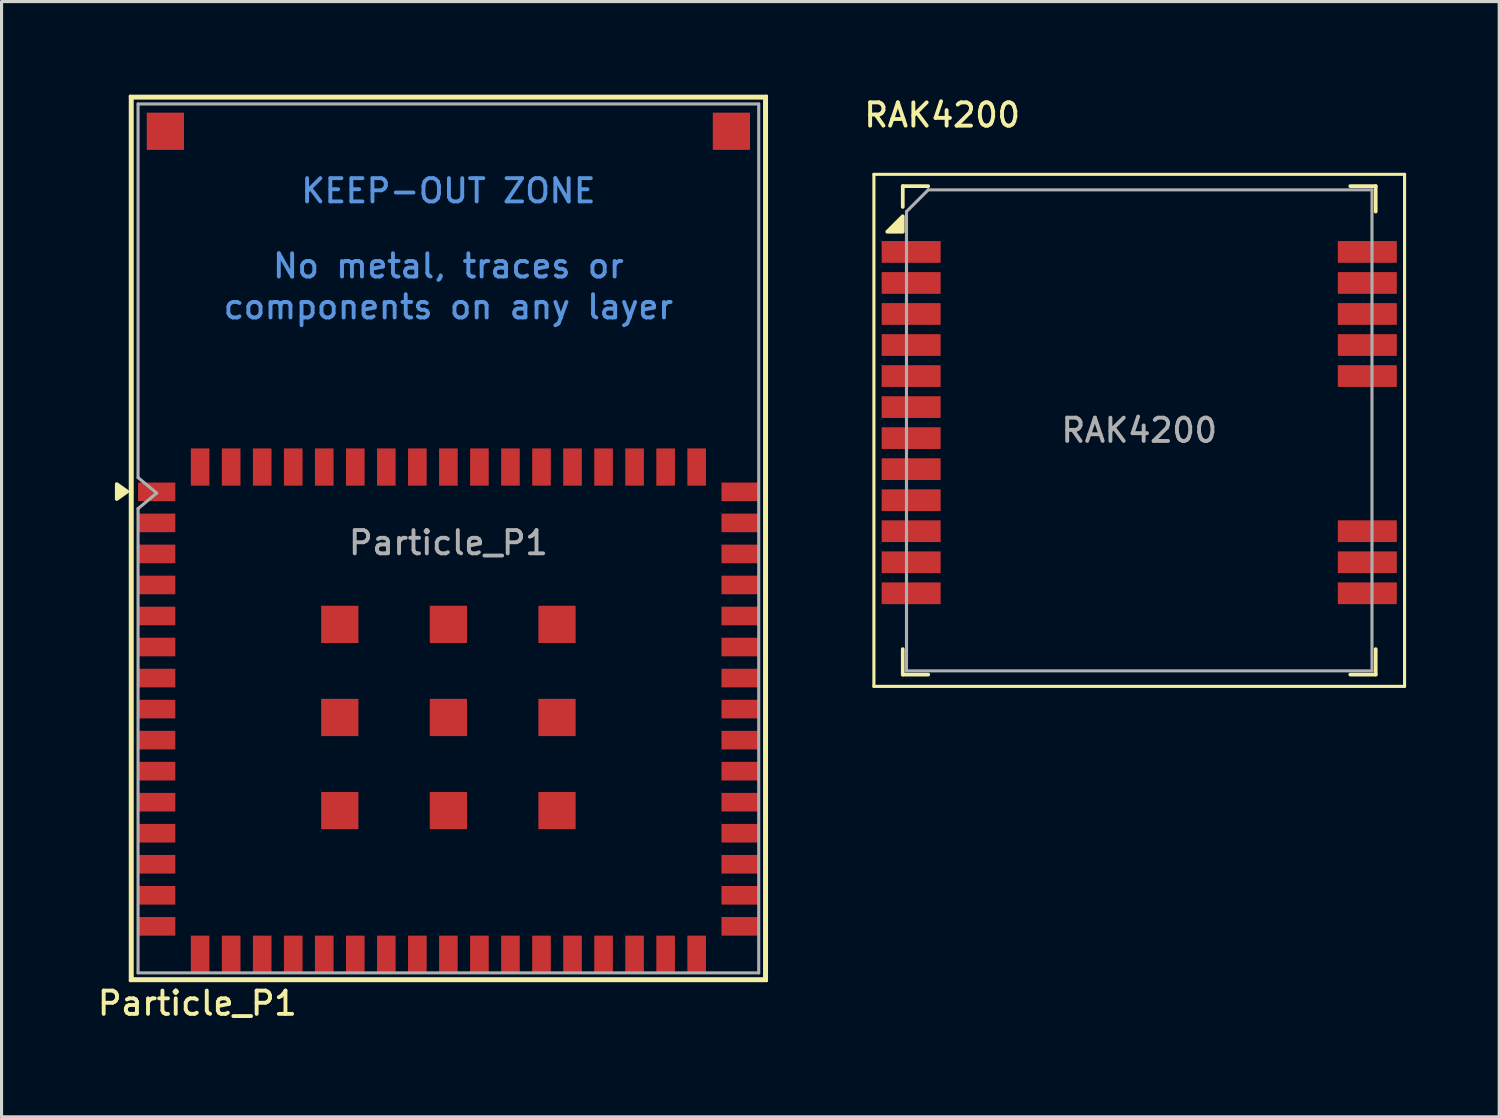
<source format=kicad_pcb>
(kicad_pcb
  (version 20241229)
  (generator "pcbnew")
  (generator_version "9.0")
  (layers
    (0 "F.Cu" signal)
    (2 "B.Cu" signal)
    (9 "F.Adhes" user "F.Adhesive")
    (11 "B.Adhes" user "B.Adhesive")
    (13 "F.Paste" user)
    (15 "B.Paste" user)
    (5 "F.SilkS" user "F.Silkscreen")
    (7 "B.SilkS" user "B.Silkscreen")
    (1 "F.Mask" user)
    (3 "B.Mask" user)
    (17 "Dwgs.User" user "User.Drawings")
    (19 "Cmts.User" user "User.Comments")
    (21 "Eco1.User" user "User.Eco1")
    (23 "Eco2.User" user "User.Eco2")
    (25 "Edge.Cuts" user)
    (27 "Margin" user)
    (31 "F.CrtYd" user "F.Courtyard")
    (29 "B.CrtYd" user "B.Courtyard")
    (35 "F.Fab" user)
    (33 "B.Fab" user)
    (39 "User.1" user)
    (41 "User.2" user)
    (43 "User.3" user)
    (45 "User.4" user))
  (footprint "RAK4200"
    (layer "F.Cu")
    (at 33.661 10.818)
    (property "Reference" "RAK4200" (at -6.35 -10.16 0) (layer "F.SilkS") (effects (font (size 0.75 0.75) (thickness 0.125))))
    (attr smd)
    (fp_line (start -8.55 -8.25) (end -8.55 8.25) (stroke (width 0.1) (type solid)) (layer "F.SilkS"))
    (fp_line (start -8.55 8.25) (end 8.55 8.25) (stroke (width 0.1) (type solid)) (layer "F.SilkS"))
    (fp_line (start -7.62 -7.87) (end -7.62 -7.2) (stroke (width 0.12) (type solid)) (layer "F.SilkS"))
    (fp_line (start -7.62 -7.87) (end -6.8 -7.87) (stroke (width 0.12) (type solid)) (layer "F.SilkS"))
    (fp_line (start -7.62 7.05) (end -7.62 7.87) (stroke (width 0.12) (type solid)) (layer "F.SilkS"))
    (fp_line (start -6.8 7.87) (end -7.62 7.87) (stroke (width 0.12) (type solid)) (layer "F.SilkS"))
    (fp_line (start 6.8 7.87) (end 7.62 7.87) (stroke (width 0.12) (type solid)) (layer "F.SilkS"))
    (fp_line (start 7.62 -7.87) (end 6.8 -7.87) (stroke (width 0.12) (type solid)) (layer "F.SilkS"))
    (fp_line (start 7.62 -7.05) (end 7.62 -7.87) (stroke (width 0.12) (type solid)) (layer "F.SilkS"))
    (fp_line (start 7.62 7.05) (end 7.62 7.87) (stroke (width 0.12) (type solid)) (layer "F.SilkS"))
    (fp_line (start 8.55 -8.25) (end -8.55 -8.25) (stroke (width 0.1) (type solid)) (layer "F.SilkS"))
    (fp_line (start 8.55 -8.25) (end 8.55 8.25) (stroke (width 0.1) (type solid)) (layer "F.SilkS"))
    (fp_poly (pts (xy -7.62 -6.4) (xy -8.12 -6.4) (xy -7.62 -6.9) (xy -7.62 -6.4)) (stroke (width 0.12) (type solid)) (fill yes) (layer "F.SilkS"))
    (fp_line (start -7.5 -7.05) (end -7.5 7.75) (stroke (width 0.1) (type solid)) (layer "F.Fab"))
    (fp_line (start -7.5 -7.05) (end -6.8 -7.75) (stroke (width 0.1) (type solid)) (layer "F.Fab"))
    (fp_line (start -7.5 7.75) (end 7.5 7.75) (stroke (width 0.1) (type solid)) (layer "F.Fab"))
    (fp_line (start -6.8 -7.75) (end 7.5 -7.75) (stroke (width 0.1) (type solid)) (layer "F.Fab"))
    (fp_line (start 7.5 -7.75) (end 7.5 7.75) (stroke (width 0.1) (type solid)) (layer "F.Fab"))
    (fp_text user "${REFERENCE}" (at 0 0 0) (layer "F.Fab") (effects (font (size 0.75 0.75) (thickness 0.125))))
    (pad "1" smd rect (at -7.35 -5.75) (size 1.9 0.7) (layers "F.Cu" "F.Mask" "F.Paste"))
    (pad "2" smd rect (at -7.35 -4.75) (size 1.9 0.7) (layers "F.Cu" "F.Mask" "F.Paste"))
    (pad "3" smd rect (at -7.35 -3.75) (size 1.9 0.7) (layers "F.Cu" "F.Mask" "F.Paste"))
    (pad "4" smd rect (at -7.35 -2.75) (size 1.9 0.7) (layers "F.Cu" "F.Mask" "F.Paste"))
    (pad "5" smd rect (at -7.35 -1.75) (size 1.9 0.7) (layers "F.Cu" "F.Mask" "F.Paste"))
    (pad "6" smd rect (at -7.35 -0.75) (size 1.9 0.7) (layers "F.Cu" "F.Mask" "F.Paste"))
    (pad "7" smd rect (at -7.35 0.25) (size 1.9 0.7) (layers "F.Cu" "F.Mask" "F.Paste"))
    (pad "8" smd rect (at -7.35 1.25) (size 1.9 0.7) (layers "F.Cu" "F.Mask" "F.Paste"))
    (pad "9" smd rect (at -7.35 2.25) (size 1.9 0.7) (layers "F.Cu" "F.Mask" "F.Paste"))
    (pad "10" smd rect (at -7.35 3.25) (size 1.9 0.7) (layers "F.Cu" "F.Mask" "F.Paste"))
    (pad "11" smd rect (at -7.35 4.25) (size 1.9 0.7) (layers "F.Cu" "F.Mask" "F.Paste"))
    (pad "12" smd rect (at -7.35 5.25) (size 1.9 0.7) (layers "F.Cu" "F.Mask" "F.Paste"))
    (pad "13" smd rect (at 7.35 5.25) (size 1.9 0.7) (layers "F.Cu" "F.Mask" "F.Paste"))
    (pad "14" smd rect (at 7.35 4.25) (size 1.9 0.7) (layers "F.Cu" "F.Mask" "F.Paste"))
    (pad "15" smd rect (at 7.35 3.25) (size 1.9 0.7) (layers "F.Cu" "F.Mask" "F.Paste"))
    (pad "16" smd rect (at 7.35 -1.75) (size 1.9 0.7) (layers "F.Cu" "F.Mask" "F.Paste"))
    (pad "17" smd rect (at 7.35 -2.75) (size 1.9 0.7) (layers "F.Cu" "F.Mask" "F.Paste"))
    (pad "18" smd rect (at 7.35 -3.75) (size 1.9 0.7) (layers "F.Cu" "F.Mask" "F.Paste"))
    (pad "19" smd rect (at 7.35 -4.75) (size 1.9 0.7) (layers "F.Cu" "F.Mask" "F.Paste"))
    (pad "20" smd rect (at 7.35 -5.75) (size 1.9 0.7) (layers "F.Cu" "F.Mask" "F.Paste")))
  (footprint "Particle_P1"
    (layer "F.Cu")
    (at 11.399 14.44)
    (property "Reference" "Particle_P1" (at -8.09 14.84 180) (layer "F.SilkS") (effects (font (size 0.75 0.75) (thickness 0.125))))
    (attr smd)
    (fp_line (start -10.25 14.11) (end -10.25 -14.39) (stroke (width 0.1) (type solid)) (layer "F.SilkS"))
    (fp_line (start -10.25 14.11) (end 10.25 14.11) (stroke (width 0.1) (type solid)) (layer "F.SilkS"))
    (fp_line (start -10.2 -14.34) (end 10.2 -14.34) (stroke (width 0.12) (type solid)) (layer "F.SilkS"))
    (fp_line (start -10.2 14.06) (end -10.2 -14.34) (stroke (width 0.12) (type solid)) (layer "F.SilkS"))
    (fp_line (start 10.2 -14.34) (end 10.2 14.06) (stroke (width 0.12) (type solid)) (layer "F.SilkS"))
    (fp_line (start 10.2 14.06) (end -10.2 14.06) (stroke (width 0.12) (type solid)) (layer "F.SilkS"))
    (fp_line (start 10.25 -14.39) (end -10.25 -14.39) (stroke (width 0.1) (type solid)) (layer "F.SilkS"))
    (fp_line (start 10.25 -14.39) (end 10.25 14.11) (stroke (width 0.1) (type solid)) (layer "F.SilkS"))
    (fp_poly (pts (xy -10.35 -1.65) (xy -10.686 -1.41) (xy -10.686 -1.89) (xy -10.35 -1.65)) (stroke (width 0.12) (type solid)) (fill yes) (layer "F.SilkS"))
    (fp_line (start -10 -2.1) (end -10 -14.14) (stroke (width 0.1) (type solid)) (layer "F.Fab"))
    (fp_line (start -10 -2.1) (end -9.4 -1.6) (stroke (width 0.1) (type solid)) (layer "F.Fab"))
    (fp_line (start -10 13.86) (end -10 -1.1) (stroke (width 0.1) (type solid)) (layer "F.Fab"))
    (fp_line (start -10 13.86) (end 10 13.86) (stroke (width 0.1) (type solid)) (layer "F.Fab"))
    (fp_line (start -9.4 -1.6) (end -10 -1.1) (stroke (width 0.1) (type solid)) (layer "F.Fab"))
    (fp_line (start 10 -14.14) (end -10 -14.14) (stroke (width 0.1) (type solid)) (layer "F.Fab"))
    (fp_line (start 10 13.86) (end 10 -14.14) (stroke (width 0.1) (type solid)) (layer "F.Fab"))
    (fp_text user "KEEP-OUT ZONE" (at 0 -11.34 0) (layer "Cmts.User") (effects (font (size 0.75 0.75) (thickness 0.125))))
    (fp_text user "No metal, traces or" (at 0 -8.92 0) (layer "Cmts.User") (effects (font (size 0.75 0.75) (thickness 0.125))))
    (fp_text user "components on any layer" (at 0 -7.6 0) (layer "Cmts.User") (effects (font (size 0.75 0.75) (thickness 0.125))))
    (fp_text user "${REFERENCE}" (at 0 0 0) (layer "F.Fab") (effects (font (size 0.75 0.75) (thickness 0.125))))
    (pad "1" smd rect (at -9.4 -1.64 270) (size 0.6 1.2) (layers "F.Cu" "F.Mask" "F.Paste"))
    (pad "2" smd rect (at -9.4 -0.64 270) (size 0.6 1.2) (layers "F.Cu" "F.Mask" "F.Paste"))
    (pad "3" smd rect (at -9.4 0.36 270) (size 0.6 1.2) (layers "F.Cu" "F.Mask" "F.Paste"))
    (pad "4" smd rect (at -9.4 1.36 270) (size 0.6 1.2) (layers "F.Cu" "F.Mask" "F.Paste"))
    (pad "5" smd rect (at -9.4 2.36 270) (size 0.6 1.2) (layers "F.Cu" "F.Mask" "F.Paste"))
    (pad "6" smd rect (at -9.4 3.36 270) (size 0.6 1.2) (layers "F.Cu" "F.Mask" "F.Paste"))
    (pad "7" smd rect (at -9.4 4.36 270) (size 0.6 1.2) (layers "F.Cu" "F.Mask" "F.Paste"))
    (pad "8" smd rect (at -9.4 5.36 270) (size 0.6 1.2) (layers "F.Cu" "F.Mask" "F.Paste"))
    (pad "9" smd rect (at -9.4 6.36 270) (size 0.6 1.2) (layers "F.Cu" "F.Mask" "F.Paste"))
    (pad "10" smd rect (at -9.4 7.36 270) (size 0.6 1.2) (layers "F.Cu" "F.Mask" "F.Paste"))
    (pad "11" smd rect (at -9.4 8.36 270) (size 0.6 1.2) (layers "F.Cu" "F.Mask" "F.Paste"))
    (pad "12" smd rect (at -9.4 9.36 270) (size 0.6 1.2) (layers "F.Cu" "F.Mask" "F.Paste"))
    (pad "13" smd rect (at -9.4 10.36 270) (size 0.6 1.2) (layers "F.Cu" "F.Mask" "F.Paste"))
    (pad "14" smd rect (at -9.4 11.36 270) (size 0.6 1.2) (layers "F.Cu" "F.Mask" "F.Paste"))
    (pad "15" smd rect (at -9.4 12.36 270) (size 0.6 1.2) (layers "F.Cu" "F.Mask" "F.Paste"))
    (pad "16" smd rect (at -8 13.26 270) (size 1.2 0.6) (layers "F.Cu" "F.Mask" "F.Paste"))
    (pad "17" smd rect (at -7 13.26 270) (size 1.2 0.6) (layers "F.Cu" "F.Mask" "F.Paste"))
    (pad "18" smd rect (at -6 13.26 270) (size 1.2 0.6) (layers "F.Cu" "F.Mask" "F.Paste"))
    (pad "19" smd rect (at -5 13.26 270) (size 1.2 0.6) (layers "F.Cu" "F.Mask" "F.Paste"))
    (pad "20" smd rect (at -4 13.26 270) (size 1.2 0.6) (layers "F.Cu" "F.Mask" "F.Paste"))
    (pad "21" smd rect (at -3 13.26 270) (size 1.2 0.6) (layers "F.Cu" "F.Mask" "F.Paste"))
    (pad "22" smd rect (at -2 13.26 270) (size 1.2 0.6) (layers "F.Cu" "F.Mask" "F.Paste"))
    (pad "23" smd rect (at -1 13.26 270) (size 1.2 0.6) (layers "F.Cu" "F.Mask" "F.Paste"))
    (pad "24" smd rect (at 0 13.26 270) (size 1.2 0.6) (layers "F.Cu" "F.Mask" "F.Paste"))
    (pad "25" smd rect (at 1 13.26 270) (size 1.2 0.6) (layers "F.Cu" "F.Mask" "F.Paste"))
    (pad "26" smd rect (at 2 13.26 270) (size 1.2 0.6) (layers "F.Cu" "F.Mask" "F.Paste"))
    (pad "27" smd rect (at 3 13.26 270) (size 1.2 0.6) (layers "F.Cu" "F.Mask" "F.Paste"))
    (pad "28" smd rect (at 4 13.26 270) (size 1.2 0.6) (layers "F.Cu" "F.Mask" "F.Paste"))
    (pad "29" smd rect (at 5 13.26 270) (size 1.2 0.6) (layers "F.Cu" "F.Mask" "F.Paste"))
    (pad "30" smd rect (at 6 13.26 270) (size 1.2 0.6) (layers "F.Cu" "F.Mask" "F.Paste"))
    (pad "31" smd rect (at 7 13.26 270) (size 1.2 0.6) (layers "F.Cu" "F.Mask" "F.Paste"))
    (pad "32" smd rect (at 8 13.26 270) (size 1.2 0.6) (layers "F.Cu" "F.Mask" "F.Paste"))
    (pad "33" smd rect (at 9.4 12.36 270) (size 0.6 1.2) (layers "F.Cu" "F.Mask" "F.Paste"))
    (pad "34" smd rect (at 9.4 11.36 270) (size 0.6 1.2) (layers "F.Cu" "F.Mask" "F.Paste"))
    (pad "35" smd rect (at 9.4 10.36 270) (size 0.6 1.2) (layers "F.Cu" "F.Mask" "F.Paste"))
    (pad "36" smd rect (at 9.4 9.36 270) (size 0.6 1.2) (layers "F.Cu" "F.Mask" "F.Paste"))
    (pad "37" smd rect (at 9.4 8.36 270) (size 0.6 1.2) (layers "F.Cu" "F.Mask" "F.Paste"))
    (pad "38" smd rect (at 9.4 7.36 270) (size 0.6 1.2) (layers "F.Cu" "F.Mask" "F.Paste"))
    (pad "39" smd rect (at 9.4 6.36 270) (size 0.6 1.2) (layers "F.Cu" "F.Mask" "F.Paste"))
    (pad "40" smd rect (at 9.4 5.36 270) (size 0.6 1.2) (layers "F.Cu" "F.Mask" "F.Paste"))
    (pad "41" smd rect (at 9.4 4.36 270) (size 0.6 1.2) (layers "F.Cu" "F.Mask" "F.Paste"))
    (pad "42" smd rect (at 9.4 3.36 270) (size 0.6 1.2) (layers "F.Cu" "F.Mask" "F.Paste"))
    (pad "43" smd rect (at 9.4 2.36 270) (size 0.6 1.2) (layers "F.Cu" "F.Mask" "F.Paste"))
    (pad "44" smd rect (at 9.4 1.36 270) (size 0.6 1.2) (layers "F.Cu" "F.Mask" "F.Paste"))
    (pad "45" smd rect (at 9.4 0.36 270) (size 0.6 1.2) (layers "F.Cu" "F.Mask" "F.Paste"))
    (pad "46" smd rect (at 9.4 -0.64 270) (size 0.6 1.2) (layers "F.Cu" "F.Mask" "F.Paste"))
    (pad "47" smd rect (at 9.4 -1.64 270) (size 0.6 1.2) (layers "F.Cu" "F.Mask" "F.Paste"))
    (pad "48" smd rect (at 8 -2.44 270) (size 1.2 0.6) (layers "F.Cu" "F.Mask" "F.Paste"))
    (pad "49" smd rect (at 7 -2.44 270) (size 1.2 0.6) (layers "F.Cu" "F.Mask" "F.Paste"))
    (pad "50" smd rect (at 6 -2.44 270) (size 1.2 0.6) (layers "F.Cu" "F.Mask" "F.Paste"))
    (pad "51" smd rect (at 5 -2.44 270) (size 1.2 0.6) (layers "F.Cu" "F.Mask" "F.Paste"))
    (pad "52" smd rect (at 4 -2.44 270) (size 1.2 0.6) (layers "F.Cu" "F.Mask" "F.Paste"))
    (pad "53" smd rect (at 3 -2.44 270) (size 1.2 0.6) (layers "F.Cu" "F.Mask" "F.Paste"))
    (pad "54" smd rect (at 2 -2.44 270) (size 1.2 0.6) (layers "F.Cu" "F.Mask" "F.Paste"))
    (pad "55" smd rect (at 1 -2.44 270) (size 1.2 0.6) (layers "F.Cu" "F.Mask" "F.Paste"))
    (pad "56" smd rect (at 0 -2.44 270) (size 1.2 0.6) (layers "F.Cu" "F.Mask" "F.Paste"))
    (pad "57" smd rect (at -1 -2.44 270) (size 1.2 0.6) (layers "F.Cu" "F.Mask" "F.Paste"))
    (pad "58" smd rect (at -2 -2.44 270) (size 1.2 0.6) (layers "F.Cu" "F.Mask" "F.Paste"))
    (pad "59" smd rect (at -3 -2.44 270) (size 1.2 0.6) (layers "F.Cu" "F.Mask" "F.Paste"))
    (pad "60" smd rect (at -4 -2.44 270) (size 1.2 0.6) (layers "F.Cu" "F.Mask" "F.Paste"))
    (pad "61" smd rect (at -5 -2.44 270) (size 1.2 0.6) (layers "F.Cu" "F.Mask" "F.Paste"))
    (pad "62" smd rect (at -6 -2.44 270) (size 1.2 0.6) (layers "F.Cu" "F.Mask" "F.Paste"))
    (pad "63" smd rect (at -7 -2.44 270) (size 1.2 0.6) (layers "F.Cu" "F.Mask" "F.Paste"))
    (pad "64" smd rect (at -8 -2.44 270) (size 1.2 0.6) (layers "F.Cu" "F.Mask" "F.Paste"))
    (pad "65" smd rect (at -3.5 2.63 270) (size 1.2 1.2) (layers "F.Cu" "F.Mask" "F.Paste"))
    (pad "66" smd rect (at -3.5 5.63 270) (size 1.2 1.2) (layers "F.Cu" "F.Mask" "F.Paste"))
    (pad "67" smd rect (at -3.5 8.63 270) (size 1.2 1.2) (layers "F.Cu" "F.Mask" "F.Paste"))
    (pad "68" smd rect (at 0 2.63 270) (size 1.2 1.2) (layers "F.Cu" "F.Mask" "F.Paste"))
    (pad "69" smd rect (at 0 5.63 270) (size 1.2 1.2) (layers "F.Cu" "F.Mask" "F.Paste"))
    (pad "70" smd rect (at 0 8.63 270) (size 1.2 1.2) (layers "F.Cu" "F.Mask" "F.Paste"))
    (pad "71" smd rect (at 3.5 2.63 270) (size 1.2 1.2) (layers "F.Cu" "F.Mask" "F.Paste"))
    (pad "72" smd rect (at 3.5 5.63 270) (size 1.2 1.2) (layers "F.Cu" "F.Mask" "F.Paste"))
    (pad "73" smd rect (at 3.5 8.63 270) (size 1.2 1.2) (layers "F.Cu" "F.Mask" "F.Paste"))
    (pad "74" smd rect (at 9.12 -13.26 270) (size 1.2 1.2) (layers "F.Cu" "F.Mask" "F.Paste"))
    (pad "75" smd rect (at -9.12 -13.26 270) (size 1.2 1.2) (layers "F.Cu" "F.Mask" "F.Paste"))
    (zone (net_name "") (layer "F.Cu") (hatch full 0.508) (connect_pads) (min_thickness 0.254) (filled_areas_thickness no) (keepout (tracks not_allowed) (vias not_allowed) (pads not_allowed) (copperpour not_allowed) (footprints not_allowed)) (placement (enabled no)) (fill) (polygon (pts (xy 3.704 13.3) (xy 3.685 13.196) (xy 3.632 13.104) (xy 3.551 13.036) (xy 3.452 13) (xy 3.346 13) (xy 3.247 13.036) (xy 3.166 13.104) (xy 3.113 13.196) (xy 3.094 13.3) (xy 3.113 13.404) (xy 3.166 13.496) (xy 3.247 13.564) (xy 3.346 13.6) (xy 3.452 13.6) (xy 3.551 13.564) (xy 3.632 13.496) (xy 3.685 13.404))))
    (zone (net_name "") (layers "F.Cu" "B.Cu") (hatch full 0.508) (connect_pads) (min_thickness 0.254) (filled_areas_thickness no) (keepout (tracks not_allowed) (vias not_allowed) (pads not_allowed) (copperpour not_allowed) (footprints not_allowed)) (placement (enabled no)) (fill) (polygon (pts (xy 1.399 1.78) (xy 1.399 11.4) (xy 21.399 11.4) (xy 21.399 1.78) (xy 19.919 1.78) (xy 19.919 0.3) (xy 2.879 0.3) (xy 2.879 1.78)))))
  (gr_rect
    (start -3 -3)
    (end 45.261 32.938)
    (stroke (width 0.1) (type default))
    (fill no)
    (layer "Edge.Cuts")))
</source>
